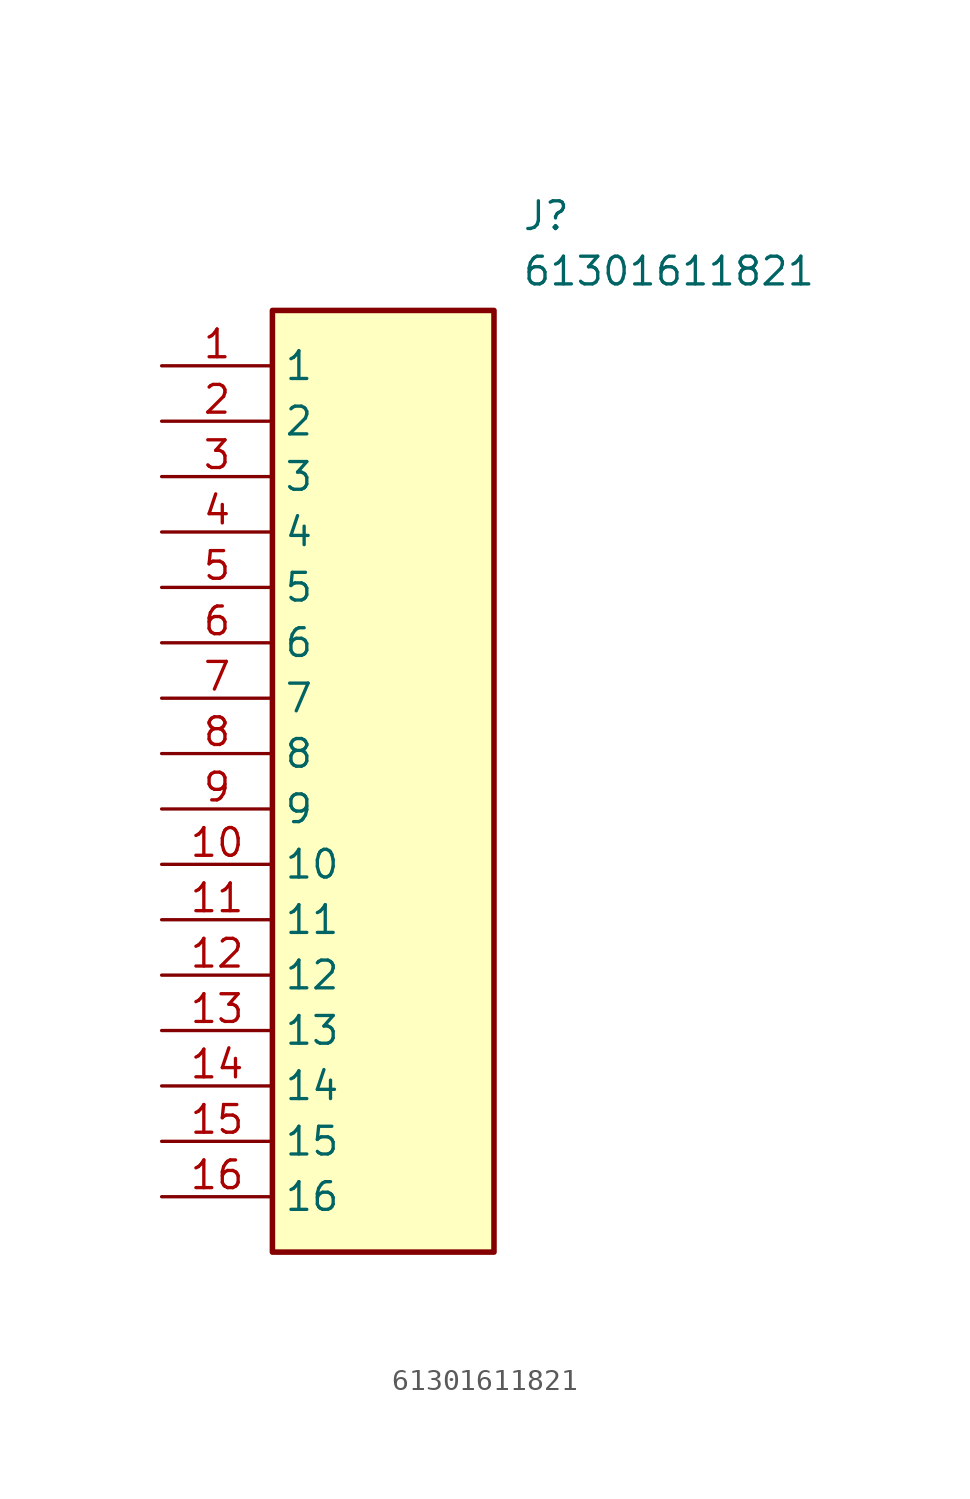
<source format=kicad_sym>
(kicad_symbol_lib
  (version 20211014)
  (generator SamacSys_ECAD_Model)
  (symbol "61301611821"
    (property "Reference" "J"
      (at 16.51 7.62 0)
      (effects (font (size 1.27 1.27)) (justify left top)))
    (property "Value" "61301611821"
      (at 16.51 5.08 0)
      (effects (font (size 1.27 1.27)) (justify left top)))
    (rectangle
      (start 5.08 2.54)
      (end 15.24 -40.64)
      (stroke (width 0.254) (type default))
      (fill (type background)))
    (pin passive line
      (at 0 0 0)
      (length 5.08)
      (name "1" (effects (font (size 1.27 1.27))))
      (number "1" (effects (font (size 1.27 1.27)))))
    (pin passive line
      (at 0 -2.54 0)
      (length 5.08)
      (name "2" (effects (font (size 1.27 1.27))))
      (number "2" (effects (font (size 1.27 1.27)))))
    (pin passive line
      (at 0 -5.08 0)
      (length 5.08)
      (name "3" (effects (font (size 1.27 1.27))))
      (number "3" (effects (font (size 1.27 1.27)))))
    (pin passive line
      (at 0 -7.62 0)
      (length 5.08)
      (name "4" (effects (font (size 1.27 1.27))))
      (number "4" (effects (font (size 1.27 1.27)))))
    (pin passive line
      (at 0 -10.16 0)
      (length 5.08)
      (name "5" (effects (font (size 1.27 1.27))))
      (number "5" (effects (font (size 1.27 1.27)))))
    (pin passive line
      (at 0 -12.7 0)
      (length 5.08)
      (name "6" (effects (font (size 1.27 1.27))))
      (number "6" (effects (font (size 1.27 1.27)))))
    (pin passive line
      (at 0 -15.24 0)
      (length 5.08)
      (name "7" (effects (font (size 1.27 1.27))))
      (number "7" (effects (font (size 1.27 1.27)))))
    (pin passive line
      (at 0 -17.78 0)
      (length 5.08)
      (name "8" (effects (font (size 1.27 1.27))))
      (number "8" (effects (font (size 1.27 1.27)))))
    (pin passive line
      (at 0 -20.32 0)
      (length 5.08)
      (name "9" (effects (font (size 1.27 1.27))))
      (number "9" (effects (font (size 1.27 1.27)))))
    (pin passive line
      (at 0 -22.86 0)
      (length 5.08)
      (name "10" (effects (font (size 1.27 1.27))))
      (number "10" (effects (font (size 1.27 1.27)))))
    (pin passive line
      (at 0 -25.4 0)
      (length 5.08)
      (name "11" (effects (font (size 1.27 1.27))))
      (number "11" (effects (font (size 1.27 1.27)))))
    (pin passive line
      (at 0 -27.94 0)
      (length 5.08)
      (name "12" (effects (font (size 1.27 1.27))))
      (number "12" (effects (font (size 1.27 1.27)))))
    (pin passive line
      (at 0 -30.48 0)
      (length 5.08)
      (name "13" (effects (font (size 1.27 1.27))))
      (number "13" (effects (font (size 1.27 1.27)))))
    (pin passive line
      (at 0 -33.02 0)
      (length 5.08)
      (name "14" (effects (font (size 1.27 1.27))))
      (number "14" (effects (font (size 1.27 1.27)))))
    (pin passive line
      (at 0 -35.56 0)
      (length 5.08)
      (name "15" (effects (font (size 1.27 1.27))))
      (number "15" (effects (font (size 1.27 1.27)))))
    (pin passive line
      (at 0 -38.1 0)
      (length 5.08)
      (name "16" (effects (font (size 1.27 1.27))))
      (number "16" (effects (font (size 1.27 1.27)))))))
</source>
